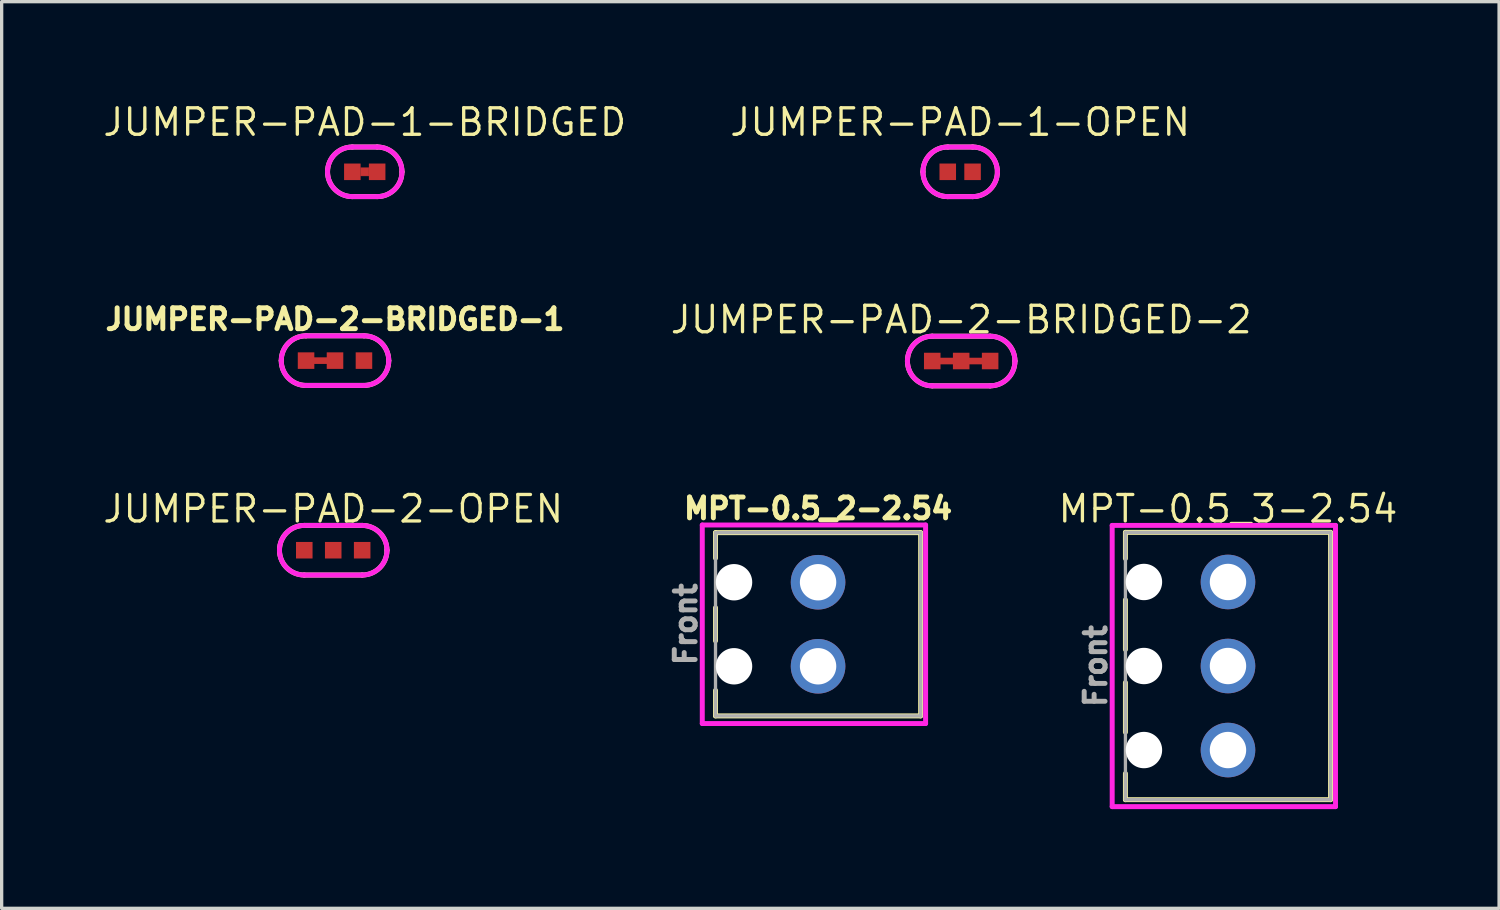
<source format=kicad_pcb>
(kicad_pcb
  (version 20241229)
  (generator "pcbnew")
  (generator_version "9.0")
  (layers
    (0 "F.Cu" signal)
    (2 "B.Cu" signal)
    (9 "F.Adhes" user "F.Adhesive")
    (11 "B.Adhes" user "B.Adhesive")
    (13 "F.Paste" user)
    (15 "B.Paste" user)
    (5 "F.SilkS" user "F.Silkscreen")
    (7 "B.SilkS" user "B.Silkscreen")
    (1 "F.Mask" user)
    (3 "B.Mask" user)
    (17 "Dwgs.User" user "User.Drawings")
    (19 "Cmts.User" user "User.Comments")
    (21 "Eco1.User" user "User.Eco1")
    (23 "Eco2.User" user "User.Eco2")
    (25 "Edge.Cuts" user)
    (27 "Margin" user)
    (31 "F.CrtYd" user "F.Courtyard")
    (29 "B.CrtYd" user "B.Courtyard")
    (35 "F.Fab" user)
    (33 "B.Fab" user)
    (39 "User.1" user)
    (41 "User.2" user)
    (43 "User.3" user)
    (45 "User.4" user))
  (footprint "JUMPER-PAD-2-BRIDGED-1"
    (layer "F.Cu")
    (at 7.076 7.85)
    (property "Reference" "JUMPER-PAD-2-BRIDGED-1" (at 0 -1.25 0) (layer "F.SilkS") (effects (font (size 0.63 0.63) (thickness 0.15))))
    (attr smd)
    (fp_line (start -0.875 0) (end 0 0) (stroke (width 0.2) (type default)) (layer "F.Cu"))
    (fp_line (start -0.875 0.75) (end 0.875 0.75) (stroke (width 0.15) (type solid)) (layer "F.SilkS"))
    (fp_line (start 0.875 -0.75) (end -0.875 -0.75) (stroke (width 0.15) (type solid)) (layer "F.SilkS"))
    (fp_arc (start -1.625 0) (mid -1.40533 -0.53033) (end -0.875 -0.75) (stroke (width 0.15) (type solid)) (layer "F.SilkS"))
    (fp_arc (start -0.875 0.75) (mid -1.40533 0.53033) (end -1.625 0) (stroke (width 0.15) (type solid)) (layer "F.SilkS"))
    (fp_arc (start 0.875 -0.75) (mid 1.40533 -0.53033) (end 1.625 0) (stroke (width 0.15) (type solid)) (layer "F.SilkS"))
    (fp_arc (start 1.625 0) (mid 1.40533 0.53033) (end 0.875 0.75) (stroke (width 0.15) (type solid)) (layer "F.SilkS"))
    (fp_line (start -0.875 0.75) (end 0.875 0.75) (stroke (width 0.15) (type solid)) (layer "F.CrtYd"))
    (fp_line (start 0.875 -0.75) (end -0.875 -0.75) (stroke (width 0.15) (type solid)) (layer "F.CrtYd"))
    (fp_arc (start -1.625 0) (mid -1.40533 -0.53033) (end -0.875 -0.75) (stroke (width 0.15) (type solid)) (layer "F.CrtYd"))
    (fp_arc (start -0.875 0.75) (mid -1.40533 0.53033) (end -1.625 0) (stroke (width 0.15) (type solid)) (layer "F.CrtYd"))
    (fp_arc (start 0.875 -0.75) (mid 1.40533 -0.53033) (end 1.625 0) (stroke (width 0.15) (type solid)) (layer "F.CrtYd"))
    (fp_arc (start 1.625 0) (mid 1.40533 0.53033) (end 0.875 0.75) (stroke (width 0.15) (type solid)) (layer "F.CrtYd"))
    (pad "1" smd rect (at -0.875 0) (size 0.5 0.5) (layers "F.Cu" "F.Mask" "F.Paste"))
    (pad "2" smd rect (at 0 0) (size 0.5 0.5) (layers "F.Cu" "F.Mask" "F.Paste"))
    (pad "3" smd rect (at 0.875 0) (size 0.5 0.5) (layers "F.Cu" "F.Mask" "F.Paste")))
  (footprint "JUMPER-PAD-1-BRIDGED"
    (layer "F.Cu")
    (at 7.975 2.143)
    (property "Reference" "JUMPER-PAD-1-BRIDGED" (at 0 -1.5 0) (layer "F.SilkS") (effects (font (size 0.8 0.8) (thickness 0.1))))
    (attr smd)
    (fp_poly (pts (xy -0.125 -0.125) (xy 0.125 -0.125) (xy 0.125 0.125) (xy -0.125 0.125)) (stroke (width 0.01) (type solid)) (fill yes) (layer "F.Cu"))
    (fp_line (start -0.375 0.75) (end 0.375 0.75) (stroke (width 0.15) (type solid)) (layer "F.SilkS"))
    (fp_line (start 0.375 -0.75) (end -0.375 -0.75) (stroke (width 0.15) (type solid)) (layer "F.SilkS"))
    (fp_arc (start -1.125 0) (mid -0.90533 -0.53033) (end -0.375 -0.75) (stroke (width 0.15) (type solid)) (layer "F.SilkS"))
    (fp_arc (start -0.375 0.75) (mid -0.90533 0.53033) (end -1.125 0) (stroke (width 0.15) (type solid)) (layer "F.SilkS"))
    (fp_arc (start 0.375 -0.75) (mid 0.90533 -0.53033) (end 1.125 0) (stroke (width 0.15) (type solid)) (layer "F.SilkS"))
    (fp_arc (start 1.125 0) (mid 0.90533 0.53033) (end 0.375 0.75) (stroke (width 0.15) (type solid)) (layer "F.SilkS"))
    (fp_line (start -0.375 0.75) (end 0.375 0.75) (stroke (width 0.15) (type solid)) (layer "F.CrtYd"))
    (fp_line (start 0.375 -0.75) (end -0.375 -0.75) (stroke (width 0.15) (type solid)) (layer "F.CrtYd"))
    (fp_arc (start -1.125 0) (mid -0.90533 -0.53033) (end -0.375 -0.75) (stroke (width 0.15) (type solid)) (layer "F.CrtYd"))
    (fp_arc (start -0.375 0.75) (mid -0.90533 0.53033) (end -1.125 0) (stroke (width 0.15) (type solid)) (layer "F.CrtYd"))
    (fp_arc (start 0.375 -0.75) (mid 0.90533 -0.53033) (end 1.125 0) (stroke (width 0.15) (type solid)) (layer "F.CrtYd"))
    (fp_arc (start 1.125 0) (mid 0.90533 0.53033) (end 0.375 0.75) (stroke (width 0.15) (type solid)) (layer "F.CrtYd"))
    (pad "1" smd rect (at -0.375 0) (size 0.5 0.5) (layers "F.Cu" "F.Mask" "F.Paste"))
    (pad "2" smd rect (at 0.375 0) (size 0.5 0.5) (layers "F.Cu" "F.Mask" "F.Paste")))
  (footprint "MPT-0.5_3-2.54"
    (layer "F.Cu")
    (at 34.067 17.081)
    (property "Reference" "MPT-0.5_3-2.54" (at 0 -4.75 0) (layer "F.SilkS") (effects (font (size 0.8 0.8) (thickness 0.1))))
    (attr through_hole)
    (fp_line (start -3.1 -4.04) (end -3.1 -3.25) (stroke (width 0.15) (type solid)) (layer "F.SilkS"))
    (fp_line (start -3.1 -2) (end -3.1 -0.5) (stroke (width 0.15) (type solid)) (layer "F.SilkS"))
    (fp_line (start -3.1 0.5) (end -3.1 2) (stroke (width 0.15) (type solid)) (layer "F.SilkS"))
    (fp_line (start -3.1 3.25) (end -3.1 4.04) (stroke (width 0.15) (type solid)) (layer "F.SilkS"))
    (fp_line (start -3.1 4.04) (end 3.1 4.04) (stroke (width 0.15) (type solid)) (layer "F.SilkS"))
    (fp_line (start 3.1 -4.04) (end -3.1 -4.04) (stroke (width 0.15) (type solid)) (layer "F.SilkS"))
    (fp_line (start 3.1 4.04) (end 3.1 -4.04) (stroke (width 0.15) (type solid)) (layer "F.SilkS"))
    (fp_line (start -3.5 -4.25) (end -3.5 4.25) (stroke (width 0.15) (type solid)) (layer "F.CrtYd"))
    (fp_line (start -3.5 4.25) (end 3.25 4.25) (stroke (width 0.15) (type solid)) (layer "F.CrtYd"))
    (fp_line (start 3.25 -4.25) (end -3.5 -4.25) (stroke (width 0.15) (type solid)) (layer "F.CrtYd"))
    (fp_line (start 3.25 4.25) (end 3.25 -4.25) (stroke (width 0.15) (type solid)) (layer "F.CrtYd"))
    (fp_line (start -3.1 -4.04) (end 3.1 -4.04) (stroke (width 0.1) (type solid)) (layer "F.Fab"))
    (fp_line (start -3.1 4.04) (end -3.1 -4.04) (stroke (width 0.1) (type solid)) (layer "F.Fab"))
    (fp_line (start 3.1 -4.04) (end 3.1 4.04) (stroke (width 0.1) (type solid)) (layer "F.Fab"))
    (fp_line (start 3.1 4.04) (end -3.1 4.04) (stroke (width 0.1) (type solid)) (layer "F.Fab"))
    (fp_text user "Front" (at -4 0 90) (layer "F.Fab") (effects (font (size 0.63 0.63) (thickness 0.15))))
    (pad "" np_thru_hole circle (at -2.54 -2.54) (size 1.1 1.1) (drill 1.1) (layers "*.Cu" "*.Mask"))
    (pad "" np_thru_hole circle (at -2.54 0) (size 1.1 1.1) (drill 1.1) (layers "*.Cu" "*.Mask"))
    (pad "" np_thru_hole circle (at -2.54 2.54) (size 1.1 1.1) (drill 1.1) (layers "*.Cu" "*.Mask"))
    (pad "1" thru_hole circle (at 0 -2.54) (size 1.65 1.65) (drill 1.1) (layers "*.Cu" "*.Mask"))
    (pad "2" thru_hole circle (at 0 0) (size 1.65 1.65) (drill 1.1) (layers "*.Cu" "*.Mask"))
    (pad "3" thru_hole circle (at 0 2.54) (size 1.65 1.65) (drill 1.1) (layers "*.Cu" "*.Mask")))
  (footprint "JUMPER-PAD-2-OPEN"
    (layer "F.Cu")
    (at 7.022 13.581)
    (property "Reference" "JUMPER-PAD-2-OPEN" (at 0 -1.25 0) (layer "F.SilkS") (effects (font (size 0.8 0.8) (thickness 0.1))))
    (attr smd)
    (fp_line (start -0.875 0.75) (end 0.875 0.75) (stroke (width 0.15) (type solid)) (layer "F.SilkS"))
    (fp_line (start 0.875 -0.75) (end -0.875 -0.75) (stroke (width 0.15) (type solid)) (layer "F.SilkS"))
    (fp_arc (start -1.625 0) (mid -1.40533 -0.53033) (end -0.875 -0.75) (stroke (width 0.15) (type solid)) (layer "F.SilkS"))
    (fp_arc (start -0.875 0.75) (mid -1.40533 0.53033) (end -1.625 0) (stroke (width 0.15) (type solid)) (layer "F.SilkS"))
    (fp_arc (start 0.875 -0.75) (mid 1.40533 -0.53033) (end 1.625 0) (stroke (width 0.15) (type solid)) (layer "F.SilkS"))
    (fp_arc (start 1.625 0) (mid 1.40533 0.53033) (end 0.875 0.75) (stroke (width 0.15) (type solid)) (layer "F.SilkS"))
    (fp_line (start -0.875 0.75) (end 0.875 0.75) (stroke (width 0.15) (type solid)) (layer "F.CrtYd"))
    (fp_line (start 0.875 -0.75) (end -0.875 -0.75) (stroke (width 0.15) (type solid)) (layer "F.CrtYd"))
    (fp_arc (start -1.625 0) (mid -1.40533 -0.53033) (end -0.875 -0.75) (stroke (width 0.15) (type solid)) (layer "F.CrtYd"))
    (fp_arc (start -0.875 0.75) (mid -1.40533 0.53033) (end -1.625 0) (stroke (width 0.15) (type solid)) (layer "F.CrtYd"))
    (fp_arc (start 0.875 -0.75) (mid 1.40533 -0.53033) (end 1.625 0) (stroke (width 0.15) (type solid)) (layer "F.CrtYd"))
    (fp_arc (start 1.625 0) (mid 1.40533 0.53033) (end 0.875 0.75) (stroke (width 0.15) (type solid)) (layer "F.CrtYd"))
    (pad "1" smd rect (at -0.875 0) (size 0.5 0.5) (layers "F.Cu" "F.Mask" "F.Paste"))
    (pad "2" smd rect (at 0 0) (size 0.5 0.5) (layers "F.Cu" "F.Mask" "F.Paste"))
    (pad "3" smd rect (at 0.875 0) (size 0.5 0.5) (layers "F.Cu" "F.Mask" "F.Paste")))
  (footprint "MPT-0.5_2-2.54"
    (layer "F.Cu")
    (at 21.677 15.819)
    (property "Reference" "MPT-0.5_2-2.54" (at 0 -3.5 0) (layer "F.SilkS") (effects (font (size 0.63 0.63) (thickness 0.15))))
    (attr through_hole)
    (fp_line (start -3.1 -2.77) (end -3.1 -2) (stroke (width 0.15) (type solid)) (layer "F.SilkS"))
    (fp_line (start -3.1 -0.5) (end -3.1 0.5) (stroke (width 0.15) (type solid)) (layer "F.SilkS"))
    (fp_line (start -3.1 2) (end -3.1 2.77) (stroke (width 0.15) (type solid)) (layer "F.SilkS"))
    (fp_line (start -3.1 2.77) (end 3.1 2.77) (stroke (width 0.15) (type solid)) (layer "F.SilkS"))
    (fp_line (start 3.1 -2.77) (end -3.1 -2.77) (stroke (width 0.15) (type solid)) (layer "F.SilkS"))
    (fp_line (start 3.1 2.77) (end 3.1 -2.77) (stroke (width 0.15) (type solid)) (layer "F.SilkS"))
    (fp_line (start -3.5 -3) (end -3.5 3) (stroke (width 0.15) (type solid)) (layer "F.CrtYd"))
    (fp_line (start -3.5 3) (end 3.25 3) (stroke (width 0.15) (type solid)) (layer "F.CrtYd"))
    (fp_line (start 3.25 -3) (end -3.5 -3) (stroke (width 0.15) (type solid)) (layer "F.CrtYd"))
    (fp_line (start 3.25 3) (end 3.25 -3) (stroke (width 0.15) (type solid)) (layer "F.CrtYd"))
    (fp_line (start -3.1 -2.77) (end 3.1 -2.77) (stroke (width 0.1) (type solid)) (layer "F.Fab"))
    (fp_line (start -3.1 2.77) (end -3.1 -2.77) (stroke (width 0.1) (type solid)) (layer "F.Fab"))
    (fp_line (start 3.1 -2.77) (end 3.1 2.77) (stroke (width 0.1) (type solid)) (layer "F.Fab"))
    (fp_line (start 3.1 2.77) (end -3.1 2.77) (stroke (width 0.1) (type solid)) (layer "F.Fab"))
    (fp_text user "Front" (at -4 0 90) (layer "F.Fab") (effects (font (size 0.63 0.63) (thickness 0.15))))
    (pad "" np_thru_hole circle (at -2.54 -1.27) (size 1.1 1.1) (drill 1.1) (layers "*.Cu" "*.Mask"))
    (pad "" np_thru_hole circle (at -2.54 1.27) (size 1.1 1.1) (drill 1.1) (layers "*.Cu" "*.Mask"))
    (pad "1" thru_hole circle (at 0 -1.27) (size 1.65 1.65) (drill 1.1) (layers "*.Cu" "*.Mask"))
    (pad "2" thru_hole circle (at 0 1.27) (size 1.65 1.65) (drill 1.1) (layers "*.Cu" "*.Mask")))
  (footprint "JUMPER-PAD-1-OPEN"
    (layer "F.Cu")
    (at 25.972 2.143)
    (property "Reference" "JUMPER-PAD-1-OPEN" (at 0 -1.5 0) (layer "F.SilkS") (effects (font (size 0.8 0.8) (thickness 0.1))))
    (attr smd)
    (fp_line (start -0.375 0.75) (end 0.375 0.75) (stroke (width 0.15) (type solid)) (layer "F.SilkS"))
    (fp_line (start 0.375 -0.75) (end -0.375 -0.75) (stroke (width 0.15) (type solid)) (layer "F.SilkS"))
    (fp_arc (start -1.125 0) (mid -0.90533 -0.53033) (end -0.375 -0.75) (stroke (width 0.15) (type solid)) (layer "F.SilkS"))
    (fp_arc (start -0.375 0.75) (mid -0.90533 0.53033) (end -1.125 0) (stroke (width 0.15) (type solid)) (layer "F.SilkS"))
    (fp_arc (start 0.375 -0.75) (mid 0.90533 -0.53033) (end 1.125 0) (stroke (width 0.15) (type solid)) (layer "F.SilkS"))
    (fp_arc (start 1.125 0) (mid 0.90533 0.53033) (end 0.375 0.75) (stroke (width 0.15) (type solid)) (layer "F.SilkS"))
    (fp_line (start -0.375 0.75) (end 0.375 0.75) (stroke (width 0.15) (type solid)) (layer "F.CrtYd"))
    (fp_line (start 0.375 -0.75) (end -0.375 -0.75) (stroke (width 0.15) (type solid)) (layer "F.CrtYd"))
    (fp_arc (start -1.125 0) (mid -0.90533 -0.53033) (end -0.375 -0.75) (stroke (width 0.15) (type solid)) (layer "F.CrtYd"))
    (fp_arc (start -0.375 0.75) (mid -0.90533 0.53033) (end -1.125 0) (stroke (width 0.15) (type solid)) (layer "F.CrtYd"))
    (fp_arc (start 0.375 -0.75) (mid 0.90533 -0.53033) (end 1.125 0) (stroke (width 0.15) (type solid)) (layer "F.CrtYd"))
    (fp_arc (start 1.125 0) (mid 0.90533 0.53033) (end 0.375 0.75) (stroke (width 0.15) (type solid)) (layer "F.CrtYd"))
    (pad "1" smd rect (at -0.375 0) (size 0.5 0.5) (layers "F.Cu" "F.Mask" "F.Paste"))
    (pad "2" smd rect (at 0.375 0) (size 0.5 0.5) (layers "F.Cu" "F.Mask" "F.Paste")))
  (footprint "JUMPER-PAD-2-BRIDGED-2"
    (layer "F.Cu")
    (at 26.003 7.862)
    (property "Reference" "JUMPER-PAD-2-BRIDGED-2" (at 0 -1.25 0) (layer "F.SilkS") (effects (font (size 0.8 0.8) (thickness 0.1))))
    (attr smd)
    (fp_line (start -0.875 0) (end 0 0) (stroke (width 0.2) (type default)) (layer "F.Cu"))
    (fp_line (start 0.875 0) (end 0 0) (stroke (width 0.2) (type default)) (layer "F.Cu"))
    (fp_line (start -0.875 0.75) (end 0.875 0.75) (stroke (width 0.15) (type solid)) (layer "F.SilkS"))
    (fp_line (start 0.875 -0.75) (end -0.875 -0.75) (stroke (width 0.15) (type solid)) (layer "F.SilkS"))
    (fp_arc (start -1.625 0) (mid -1.40533 -0.53033) (end -0.875 -0.75) (stroke (width 0.15) (type solid)) (layer "F.SilkS"))
    (fp_arc (start -0.875 0.75) (mid -1.40533 0.53033) (end -1.625 0) (stroke (width 0.15) (type solid)) (layer "F.SilkS"))
    (fp_arc (start 0.875 -0.75) (mid 1.40533 -0.53033) (end 1.625 0) (stroke (width 0.15) (type solid)) (layer "F.SilkS"))
    (fp_arc (start 1.625 0) (mid 1.40533 0.53033) (end 0.875 0.75) (stroke (width 0.15) (type solid)) (layer "F.SilkS"))
    (fp_line (start -0.875 0.75) (end 0.875 0.75) (stroke (width 0.15) (type solid)) (layer "F.CrtYd"))
    (fp_line (start 0.875 -0.75) (end -0.875 -0.75) (stroke (width 0.15) (type solid)) (layer "F.CrtYd"))
    (fp_arc (start -1.625 0) (mid -1.40533 -0.53033) (end -0.875 -0.75) (stroke (width 0.15) (type solid)) (layer "F.CrtYd"))
    (fp_arc (start -0.875 0.75) (mid -1.40533 0.53033) (end -1.625 0) (stroke (width 0.15) (type solid)) (layer "F.CrtYd"))
    (fp_arc (start 0.875 -0.75) (mid 1.40533 -0.53033) (end 1.625 0) (stroke (width 0.15) (type solid)) (layer "F.CrtYd"))
    (fp_arc (start 1.625 0) (mid 1.40533 0.53033) (end 0.875 0.75) (stroke (width 0.15) (type solid)) (layer "F.CrtYd"))
    (pad "1" smd rect (at -0.875 0) (size 0.5 0.5) (layers "F.Cu" "F.Mask" "F.Paste"))
    (pad "2" smd rect (at 0 0) (size 0.5 0.5) (layers "F.Cu" "F.Mask" "F.Paste"))
    (pad "3" smd rect (at 0.875 0) (size 0.5 0.5) (layers "F.Cu" "F.Mask" "F.Paste")))
  (gr_rect
    (start -3 -3)
    (end 42.261 24.405)
    (stroke (width 0.1) (type default))
    (fill no)
    (layer "Edge.Cuts")))
</source>
